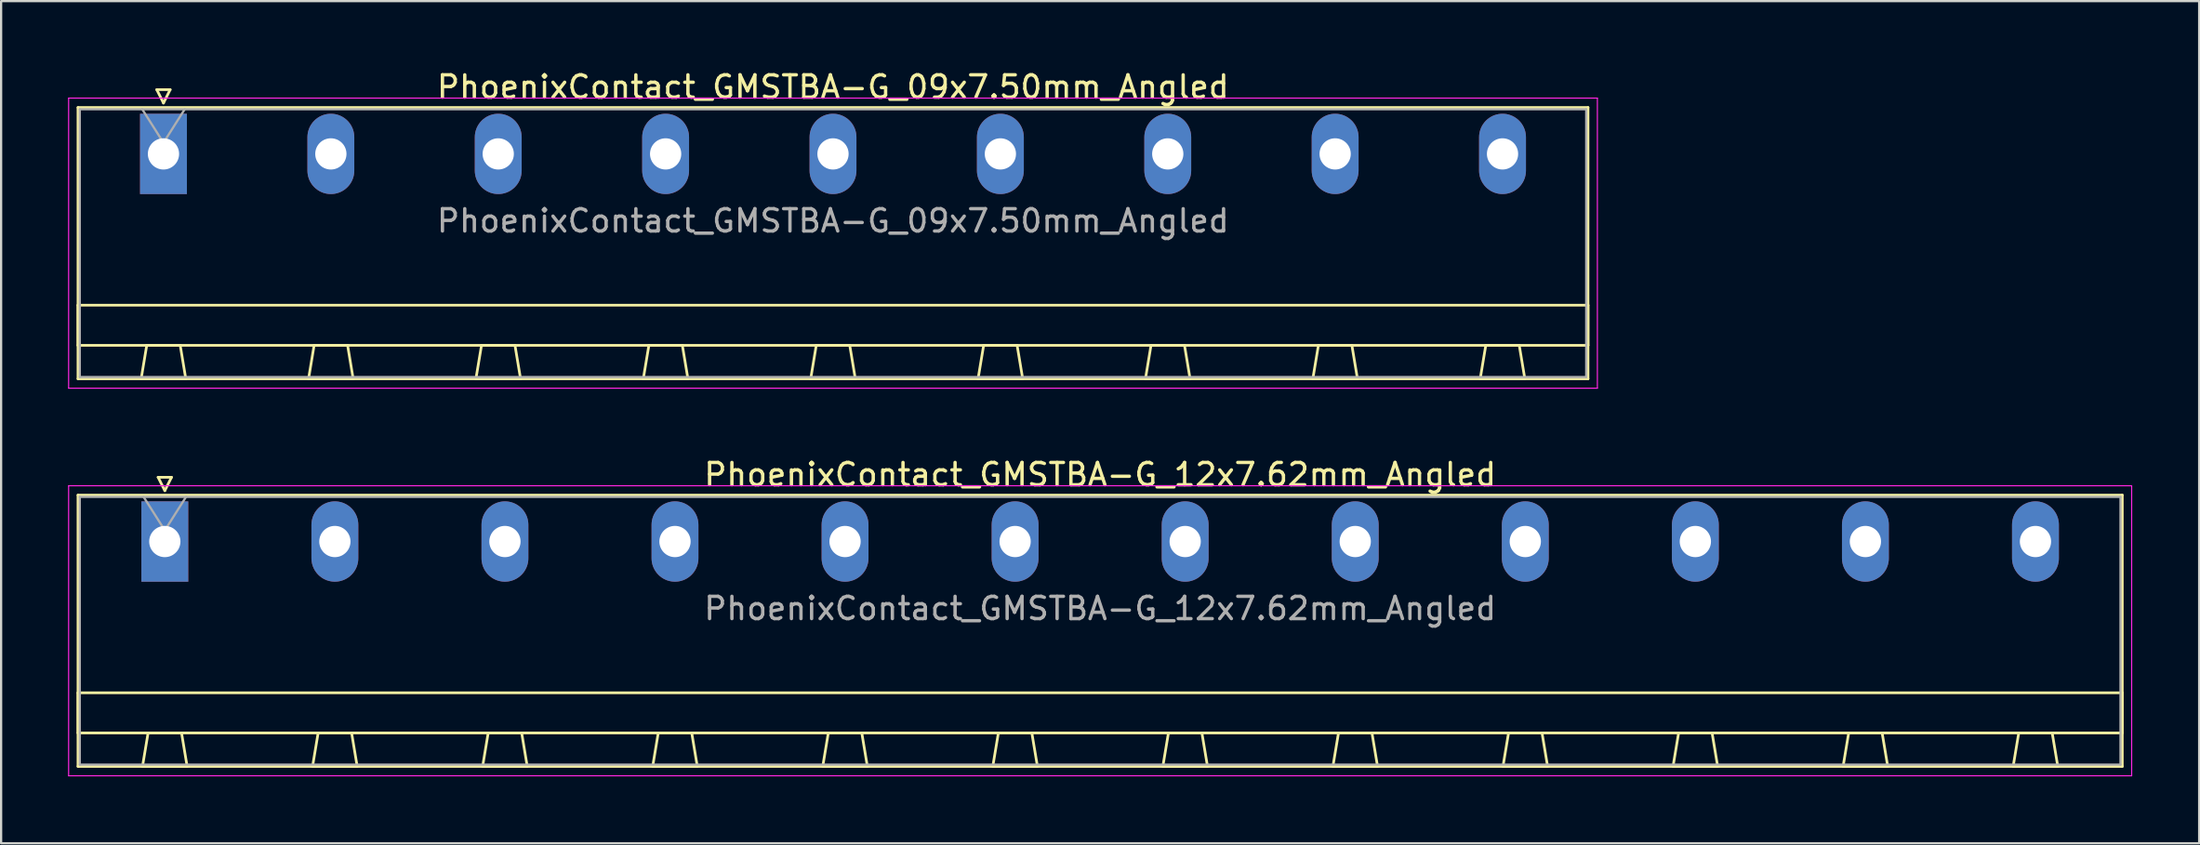
<source format=kicad_pcb>
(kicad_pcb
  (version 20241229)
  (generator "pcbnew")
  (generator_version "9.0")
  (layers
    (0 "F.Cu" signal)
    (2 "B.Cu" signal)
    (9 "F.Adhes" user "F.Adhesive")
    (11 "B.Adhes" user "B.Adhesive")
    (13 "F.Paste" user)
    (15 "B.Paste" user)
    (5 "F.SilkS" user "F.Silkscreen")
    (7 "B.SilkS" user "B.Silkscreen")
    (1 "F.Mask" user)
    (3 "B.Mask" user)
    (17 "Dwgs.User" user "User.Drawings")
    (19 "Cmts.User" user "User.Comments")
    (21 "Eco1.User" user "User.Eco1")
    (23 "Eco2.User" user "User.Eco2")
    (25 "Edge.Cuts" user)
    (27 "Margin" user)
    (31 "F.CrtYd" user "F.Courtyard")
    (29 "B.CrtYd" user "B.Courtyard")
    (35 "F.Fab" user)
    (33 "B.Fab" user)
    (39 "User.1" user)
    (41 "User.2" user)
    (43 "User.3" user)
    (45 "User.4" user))
  (footprint "PhoenixContact_GMSTBA-G_09x7.50mm_Angled"
    (layer "F.Cu")
    (at 4.275 3.848)
    (property "Reference" "PhoenixContact_GMSTBA-G_09x7.50mm_Angled" (at 30 -3 0) (layer "F.SilkS") (effects (font (size 1 1) (thickness 0.15))))
    (attr through_hole)
    (fp_line (start -3.83 -2.08) (end -3.83 10.08) (stroke (width 0.12) (type solid)) (layer "F.SilkS"))
    (fp_line (start -3.83 6.78) (end 63.83 6.78) (stroke (width 0.12) (type solid)) (layer "F.SilkS"))
    (fp_line (start -3.83 8.58) (end -3.83 6.78) (stroke (width 0.12) (type solid)) (layer "F.SilkS"))
    (fp_line (start -3.83 10.08) (end 63.83 10.08) (stroke (width 0.12) (type solid)) (layer "F.SilkS"))
    (fp_line (start -1 10.08) (end 1 10.08) (stroke (width 0.12) (type solid)) (layer "F.SilkS"))
    (fp_line (start -0.75 8.58) (end -1 10.08) (stroke (width 0.12) (type solid)) (layer "F.SilkS"))
    (fp_line (start -0.3 -2.88) (end 0.3 -2.88) (stroke (width 0.12) (type solid)) (layer "F.SilkS"))
    (fp_line (start 0 -2.28) (end -0.3 -2.88) (stroke (width 0.12) (type solid)) (layer "F.SilkS"))
    (fp_line (start 0.3 -2.88) (end 0 -2.28) (stroke (width 0.12) (type solid)) (layer "F.SilkS"))
    (fp_line (start 0.75 8.58) (end -0.75 8.58) (stroke (width 0.12) (type solid)) (layer "F.SilkS"))
    (fp_line (start 1 10.08) (end 0.75 8.58) (stroke (width 0.12) (type solid)) (layer "F.SilkS"))
    (fp_line (start 6.5 10.08) (end 8.5 10.08) (stroke (width 0.12) (type solid)) (layer "F.SilkS"))
    (fp_line (start 6.75 8.58) (end 6.5 10.08) (stroke (width 0.12) (type solid)) (layer "F.SilkS"))
    (fp_line (start 8.25 8.58) (end 6.75 8.58) (stroke (width 0.12) (type solid)) (layer "F.SilkS"))
    (fp_line (start 8.5 10.08) (end 8.25 8.58) (stroke (width 0.12) (type solid)) (layer "F.SilkS"))
    (fp_line (start 14 10.08) (end 16 10.08) (stroke (width 0.12) (type solid)) (layer "F.SilkS"))
    (fp_line (start 14.25 8.58) (end 14 10.08) (stroke (width 0.12) (type solid)) (layer "F.SilkS"))
    (fp_line (start 15.75 8.58) (end 14.25 8.58) (stroke (width 0.12) (type solid)) (layer "F.SilkS"))
    (fp_line (start 16 10.08) (end 15.75 8.58) (stroke (width 0.12) (type solid)) (layer "F.SilkS"))
    (fp_line (start 21.5 10.08) (end 23.5 10.08) (stroke (width 0.12) (type solid)) (layer "F.SilkS"))
    (fp_line (start 21.75 8.58) (end 21.5 10.08) (stroke (width 0.12) (type solid)) (layer "F.SilkS"))
    (fp_line (start 23.25 8.58) (end 21.75 8.58) (stroke (width 0.12) (type solid)) (layer "F.SilkS"))
    (fp_line (start 23.5 10.08) (end 23.25 8.58) (stroke (width 0.12) (type solid)) (layer "F.SilkS"))
    (fp_line (start 29 10.08) (end 31 10.08) (stroke (width 0.12) (type solid)) (layer "F.SilkS"))
    (fp_line (start 29.25 8.58) (end 29 10.08) (stroke (width 0.12) (type solid)) (layer "F.SilkS"))
    (fp_line (start 30.75 8.58) (end 29.25 8.58) (stroke (width 0.12) (type solid)) (layer "F.SilkS"))
    (fp_line (start 31 10.08) (end 30.75 8.58) (stroke (width 0.12) (type solid)) (layer "F.SilkS"))
    (fp_line (start 36.5 10.08) (end 38.5 10.08) (stroke (width 0.12) (type solid)) (layer "F.SilkS"))
    (fp_line (start 36.75 8.58) (end 36.5 10.08) (stroke (width 0.12) (type solid)) (layer "F.SilkS"))
    (fp_line (start 38.25 8.58) (end 36.75 8.58) (stroke (width 0.12) (type solid)) (layer "F.SilkS"))
    (fp_line (start 38.5 10.08) (end 38.25 8.58) (stroke (width 0.12) (type solid)) (layer "F.SilkS"))
    (fp_line (start 44 10.08) (end 46 10.08) (stroke (width 0.12) (type solid)) (layer "F.SilkS"))
    (fp_line (start 44.25 8.58) (end 44 10.08) (stroke (width 0.12) (type solid)) (layer "F.SilkS"))
    (fp_line (start 45.75 8.58) (end 44.25 8.58) (stroke (width 0.12) (type solid)) (layer "F.SilkS"))
    (fp_line (start 46 10.08) (end 45.75 8.58) (stroke (width 0.12) (type solid)) (layer "F.SilkS"))
    (fp_line (start 51.5 10.08) (end 53.5 10.08) (stroke (width 0.12) (type solid)) (layer "F.SilkS"))
    (fp_line (start 51.75 8.58) (end 51.5 10.08) (stroke (width 0.12) (type solid)) (layer "F.SilkS"))
    (fp_line (start 53.25 8.58) (end 51.75 8.58) (stroke (width 0.12) (type solid)) (layer "F.SilkS"))
    (fp_line (start 53.5 10.08) (end 53.25 8.58) (stroke (width 0.12) (type solid)) (layer "F.SilkS"))
    (fp_line (start 59 10.08) (end 61 10.08) (stroke (width 0.12) (type solid)) (layer "F.SilkS"))
    (fp_line (start 59.25 8.58) (end 59 10.08) (stroke (width 0.12) (type solid)) (layer "F.SilkS"))
    (fp_line (start 60.75 8.58) (end 59.25 8.58) (stroke (width 0.12) (type solid)) (layer "F.SilkS"))
    (fp_line (start 61 10.08) (end 60.75 8.58) (stroke (width 0.12) (type solid)) (layer "F.SilkS"))
    (fp_line (start 63.83 -2.08) (end -3.83 -2.08) (stroke (width 0.12) (type solid)) (layer "F.SilkS"))
    (fp_line (start 63.83 6.78) (end 63.83 8.58) (stroke (width 0.12) (type solid)) (layer "F.SilkS"))
    (fp_line (start 63.83 8.58) (end -3.83 8.58) (stroke (width 0.12) (type solid)) (layer "F.SilkS"))
    (fp_line (start 63.83 10.08) (end 63.83 -2.08) (stroke (width 0.12) (type solid)) (layer "F.SilkS"))
    (fp_line (start -4.25 -2.5) (end -4.25 10.5) (stroke (width 0.05) (type solid)) (layer "F.CrtYd"))
    (fp_line (start -4.25 10.5) (end 64.25 10.5) (stroke (width 0.05) (type solid)) (layer "F.CrtYd"))
    (fp_line (start 64.25 -2.5) (end -4.25 -2.5) (stroke (width 0.05) (type solid)) (layer "F.CrtYd"))
    (fp_line (start 64.25 10.5) (end 64.25 -2.5) (stroke (width 0.05) (type solid)) (layer "F.CrtYd"))
    (fp_line (start -3.75 -2) (end -3.75 10) (stroke (width 0.1) (type solid)) (layer "F.Fab"))
    (fp_line (start -3.75 10) (end 63.75 10) (stroke (width 0.1) (type solid)) (layer "F.Fab"))
    (fp_line (start 0 -0.5) (end -0.95 -2) (stroke (width 0.1) (type solid)) (layer "F.Fab"))
    (fp_line (start 0.95 -2) (end 0 -0.5) (stroke (width 0.1) (type solid)) (layer "F.Fab"))
    (fp_line (start 63.75 -2) (end -3.75 -2) (stroke (width 0.1) (type solid)) (layer "F.Fab"))
    (fp_line (start 63.75 10) (end 63.75 -2) (stroke (width 0.1) (type solid)) (layer "F.Fab"))
    (fp_text user "${REFERENCE}" (at 30 3 0) (layer "F.Fab") (effects (font (size 1 1) (thickness 0.15))))
    (pad "1" thru_hole rect (at 0 0) (size 2.1 3.6) (drill 1.4) (layers "*.Cu" "*.Mask"))
    (pad "2" thru_hole oval (at 7.5 0) (size 2.1 3.6) (drill 1.4) (layers "*.Cu" "*.Mask"))
    (pad "3" thru_hole oval (at 15 0) (size 2.1 3.6) (drill 1.4) (layers "*.Cu" "*.Mask"))
    (pad "4" thru_hole oval (at 22.5 0) (size 2.1 3.6) (drill 1.4) (layers "*.Cu" "*.Mask"))
    (pad "5" thru_hole oval (at 30 0) (size 2.1 3.6) (drill 1.4) (layers "*.Cu" "*.Mask"))
    (pad "6" thru_hole oval (at 37.5 0) (size 2.1 3.6) (drill 1.4) (layers "*.Cu" "*.Mask"))
    (pad "7" thru_hole oval (at 45 0) (size 2.1 3.6) (drill 1.4) (layers "*.Cu" "*.Mask"))
    (pad "8" thru_hole oval (at 52.5 0) (size 2.1 3.6) (drill 1.4) (layers "*.Cu" "*.Mask"))
    (pad "9" thru_hole oval (at 60 0) (size 2.1 3.6) (drill 1.4) (layers "*.Cu" "*.Mask")))
  (footprint "PhoenixContact_GMSTBA-G_12x7.62mm_Angled"
    (layer "F.Cu")
    (at 4.335 21.221)
    (property "Reference" "PhoenixContact_GMSTBA-G_12x7.62mm_Angled" (at 41.91 -3 0) (layer "F.SilkS") (effects (font (size 1 1) (thickness 0.15))))
    (attr through_hole)
    (fp_line (start -3.89 -2.08) (end -3.89 10.08) (stroke (width 0.12) (type solid)) (layer "F.SilkS"))
    (fp_line (start -3.89 6.78) (end 87.71 6.78) (stroke (width 0.12) (type solid)) (layer "F.SilkS"))
    (fp_line (start -3.89 8.58) (end -3.89 6.78) (stroke (width 0.12) (type solid)) (layer "F.SilkS"))
    (fp_line (start -3.89 10.08) (end 87.71 10.08) (stroke (width 0.12) (type solid)) (layer "F.SilkS"))
    (fp_line (start -1 10.08) (end 1 10.08) (stroke (width 0.12) (type solid)) (layer "F.SilkS"))
    (fp_line (start -0.75 8.58) (end -1 10.08) (stroke (width 0.12) (type solid)) (layer "F.SilkS"))
    (fp_line (start -0.3 -2.88) (end 0.3 -2.88) (stroke (width 0.12) (type solid)) (layer "F.SilkS"))
    (fp_line (start 0 -2.28) (end -0.3 -2.88) (stroke (width 0.12) (type solid)) (layer "F.SilkS"))
    (fp_line (start 0.3 -2.88) (end 0 -2.28) (stroke (width 0.12) (type solid)) (layer "F.SilkS"))
    (fp_line (start 0.75 8.58) (end -0.75 8.58) (stroke (width 0.12) (type solid)) (layer "F.SilkS"))
    (fp_line (start 1 10.08) (end 0.75 8.58) (stroke (width 0.12) (type solid)) (layer "F.SilkS"))
    (fp_line (start 6.62 10.08) (end 8.62 10.08) (stroke (width 0.12) (type solid)) (layer "F.SilkS"))
    (fp_line (start 6.87 8.58) (end 6.62 10.08) (stroke (width 0.12) (type solid)) (layer "F.SilkS"))
    (fp_line (start 8.37 8.58) (end 6.87 8.58) (stroke (width 0.12) (type solid)) (layer "F.SilkS"))
    (fp_line (start 8.62 10.08) (end 8.37 8.58) (stroke (width 0.12) (type solid)) (layer "F.SilkS"))
    (fp_line (start 14.24 10.08) (end 16.24 10.08) (stroke (width 0.12) (type solid)) (layer "F.SilkS"))
    (fp_line (start 14.49 8.58) (end 14.24 10.08) (stroke (width 0.12) (type solid)) (layer "F.SilkS"))
    (fp_line (start 15.99 8.58) (end 14.49 8.58) (stroke (width 0.12) (type solid)) (layer "F.SilkS"))
    (fp_line (start 16.24 10.08) (end 15.99 8.58) (stroke (width 0.12) (type solid)) (layer "F.SilkS"))
    (fp_line (start 21.86 10.08) (end 23.86 10.08) (stroke (width 0.12) (type solid)) (layer "F.SilkS"))
    (fp_line (start 22.11 8.58) (end 21.86 10.08) (stroke (width 0.12) (type solid)) (layer "F.SilkS"))
    (fp_line (start 23.61 8.58) (end 22.11 8.58) (stroke (width 0.12) (type solid)) (layer "F.SilkS"))
    (fp_line (start 23.86 10.08) (end 23.61 8.58) (stroke (width 0.12) (type solid)) (layer "F.SilkS"))
    (fp_line (start 29.48 10.08) (end 31.48 10.08) (stroke (width 0.12) (type solid)) (layer "F.SilkS"))
    (fp_line (start 29.73 8.58) (end 29.48 10.08) (stroke (width 0.12) (type solid)) (layer "F.SilkS"))
    (fp_line (start 31.23 8.58) (end 29.73 8.58) (stroke (width 0.12) (type solid)) (layer "F.SilkS"))
    (fp_line (start 31.48 10.08) (end 31.23 8.58) (stroke (width 0.12) (type solid)) (layer "F.SilkS"))
    (fp_line (start 37.1 10.08) (end 39.1 10.08) (stroke (width 0.12) (type solid)) (layer "F.SilkS"))
    (fp_line (start 37.35 8.58) (end 37.1 10.08) (stroke (width 0.12) (type solid)) (layer "F.SilkS"))
    (fp_line (start 38.85 8.58) (end 37.35 8.58) (stroke (width 0.12) (type solid)) (layer "F.SilkS"))
    (fp_line (start 39.1 10.08) (end 38.85 8.58) (stroke (width 0.12) (type solid)) (layer "F.SilkS"))
    (fp_line (start 44.72 10.08) (end 46.72 10.08) (stroke (width 0.12) (type solid)) (layer "F.SilkS"))
    (fp_line (start 44.97 8.58) (end 44.72 10.08) (stroke (width 0.12) (type solid)) (layer "F.SilkS"))
    (fp_line (start 46.47 8.58) (end 44.97 8.58) (stroke (width 0.12) (type solid)) (layer "F.SilkS"))
    (fp_line (start 46.72 10.08) (end 46.47 8.58) (stroke (width 0.12) (type solid)) (layer "F.SilkS"))
    (fp_line (start 52.34 10.08) (end 54.34 10.08) (stroke (width 0.12) (type solid)) (layer "F.SilkS"))
    (fp_line (start 52.59 8.58) (end 52.34 10.08) (stroke (width 0.12) (type solid)) (layer "F.SilkS"))
    (fp_line (start 54.09 8.58) (end 52.59 8.58) (stroke (width 0.12) (type solid)) (layer "F.SilkS"))
    (fp_line (start 54.34 10.08) (end 54.09 8.58) (stroke (width 0.12) (type solid)) (layer "F.SilkS"))
    (fp_line (start 59.96 10.08) (end 61.96 10.08) (stroke (width 0.12) (type solid)) (layer "F.SilkS"))
    (fp_line (start 60.21 8.58) (end 59.96 10.08) (stroke (width 0.12) (type solid)) (layer "F.SilkS"))
    (fp_line (start 61.71 8.58) (end 60.21 8.58) (stroke (width 0.12) (type solid)) (layer "F.SilkS"))
    (fp_line (start 61.96 10.08) (end 61.71 8.58) (stroke (width 0.12) (type solid)) (layer "F.SilkS"))
    (fp_line (start 67.58 10.08) (end 69.58 10.08) (stroke (width 0.12) (type solid)) (layer "F.SilkS"))
    (fp_line (start 67.83 8.58) (end 67.58 10.08) (stroke (width 0.12) (type solid)) (layer "F.SilkS"))
    (fp_line (start 69.33 8.58) (end 67.83 8.58) (stroke (width 0.12) (type solid)) (layer "F.SilkS"))
    (fp_line (start 69.58 10.08) (end 69.33 8.58) (stroke (width 0.12) (type solid)) (layer "F.SilkS"))
    (fp_line (start 75.2 10.08) (end 77.2 10.08) (stroke (width 0.12) (type solid)) (layer "F.SilkS"))
    (fp_line (start 75.45 8.58) (end 75.2 10.08) (stroke (width 0.12) (type solid)) (layer "F.SilkS"))
    (fp_line (start 76.95 8.58) (end 75.45 8.58) (stroke (width 0.12) (type solid)) (layer "F.SilkS"))
    (fp_line (start 77.2 10.08) (end 76.95 8.58) (stroke (width 0.12) (type solid)) (layer "F.SilkS"))
    (fp_line (start 82.82 10.08) (end 84.82 10.08) (stroke (width 0.12) (type solid)) (layer "F.SilkS"))
    (fp_line (start 83.07 8.58) (end 82.82 10.08) (stroke (width 0.12) (type solid)) (layer "F.SilkS"))
    (fp_line (start 84.57 8.58) (end 83.07 8.58) (stroke (width 0.12) (type solid)) (layer "F.SilkS"))
    (fp_line (start 84.82 10.08) (end 84.57 8.58) (stroke (width 0.12) (type solid)) (layer "F.SilkS"))
    (fp_line (start 87.71 -2.08) (end -3.89 -2.08) (stroke (width 0.12) (type solid)) (layer "F.SilkS"))
    (fp_line (start 87.71 6.78) (end 87.71 8.58) (stroke (width 0.12) (type solid)) (layer "F.SilkS"))
    (fp_line (start 87.71 8.58) (end -3.89 8.58) (stroke (width 0.12) (type solid)) (layer "F.SilkS"))
    (fp_line (start 87.71 10.08) (end 87.71 -2.08) (stroke (width 0.12) (type solid)) (layer "F.SilkS"))
    (fp_line (start -4.31 -2.5) (end -4.31 10.5) (stroke (width 0.05) (type solid)) (layer "F.CrtYd"))
    (fp_line (start -4.31 10.5) (end 88.13 10.5) (stroke (width 0.05) (type solid)) (layer "F.CrtYd"))
    (fp_line (start 88.13 -2.5) (end -4.31 -2.5) (stroke (width 0.05) (type solid)) (layer "F.CrtYd"))
    (fp_line (start 88.13 10.5) (end 88.13 -2.5) (stroke (width 0.05) (type solid)) (layer "F.CrtYd"))
    (fp_line (start -3.81 -2) (end -3.81 10) (stroke (width 0.1) (type solid)) (layer "F.Fab"))
    (fp_line (start -3.81 10) (end 87.63 10) (stroke (width 0.1) (type solid)) (layer "F.Fab"))
    (fp_line (start 0 -0.5) (end -0.95 -2) (stroke (width 0.1) (type solid)) (layer "F.Fab"))
    (fp_line (start 0.95 -2) (end 0 -0.5) (stroke (width 0.1) (type solid)) (layer "F.Fab"))
    (fp_line (start 87.63 -2) (end -3.81 -2) (stroke (width 0.1) (type solid)) (layer "F.Fab"))
    (fp_line (start 87.63 10) (end 87.63 -2) (stroke (width 0.1) (type solid)) (layer "F.Fab"))
    (fp_text user "${REFERENCE}" (at 41.91 3 0) (layer "F.Fab") (effects (font (size 1 1) (thickness 0.15))))
    (pad "1" thru_hole rect (at 0 0) (size 2.1 3.6) (drill 1.4) (layers "*.Cu" "*.Mask"))
    (pad "2" thru_hole oval (at 7.62 0) (size 2.1 3.6) (drill 1.4) (layers "*.Cu" "*.Mask"))
    (pad "3" thru_hole oval (at 15.24 0) (size 2.1 3.6) (drill 1.4) (layers "*.Cu" "*.Mask"))
    (pad "4" thru_hole oval (at 22.86 0) (size 2.1 3.6) (drill 1.4) (layers "*.Cu" "*.Mask"))
    (pad "5" thru_hole oval (at 30.48 0) (size 2.1 3.6) (drill 1.4) (layers "*.Cu" "*.Mask"))
    (pad "6" thru_hole oval (at 38.1 0) (size 2.1 3.6) (drill 1.4) (layers "*.Cu" "*.Mask"))
    (pad "7" thru_hole oval (at 45.72 0) (size 2.1 3.6) (drill 1.4) (layers "*.Cu" "*.Mask"))
    (pad "8" thru_hole oval (at 53.34 0) (size 2.1 3.6) (drill 1.4) (layers "*.Cu" "*.Mask"))
    (pad "9" thru_hole oval (at 60.96 0) (size 2.1 3.6) (drill 1.4) (layers "*.Cu" "*.Mask"))
    (pad "10" thru_hole oval (at 68.58 0) (size 2.1 3.6) (drill 1.4) (layers "*.Cu" "*.Mask"))
    (pad "11" thru_hole oval (at 76.2 0) (size 2.1 3.6) (drill 1.4) (layers "*.Cu" "*.Mask"))
    (pad "12" thru_hole oval (at 83.82 0) (size 2.1 3.6) (drill 1.4) (layers "*.Cu" "*.Mask")))
  (gr_rect
    (start -3 -3)
    (end 95.49 34.746)
    (stroke (width 0.1) (type default))
    (fill no)
    (layer "Edge.Cuts")))
</source>
